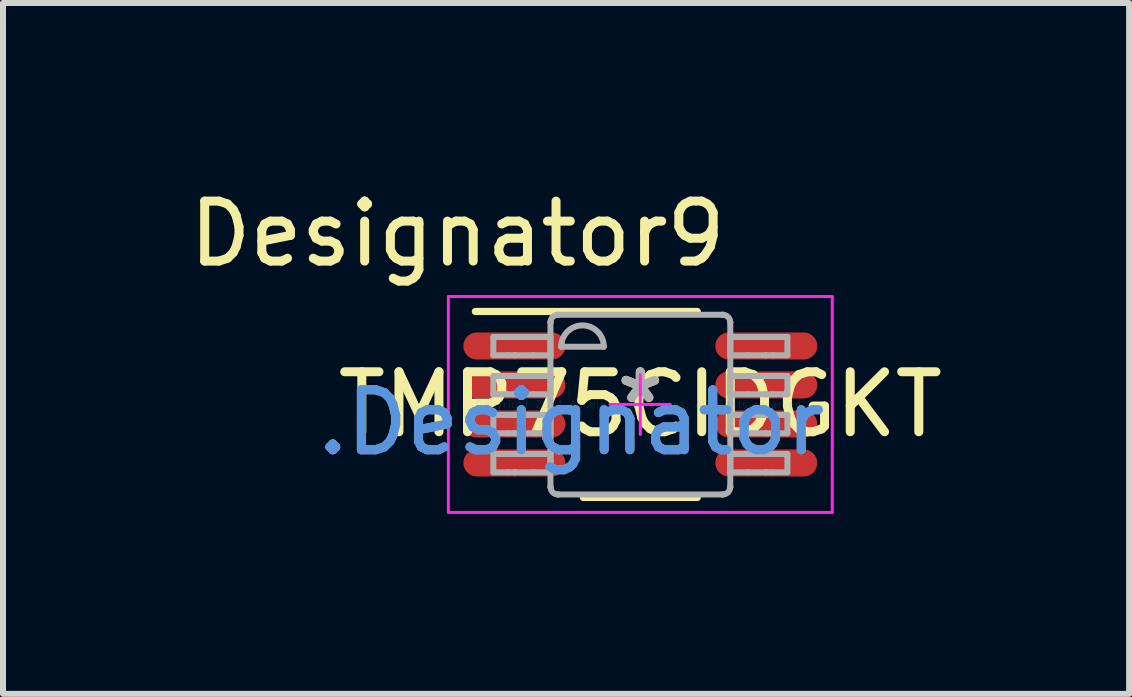
<source format=kicad_pcb>
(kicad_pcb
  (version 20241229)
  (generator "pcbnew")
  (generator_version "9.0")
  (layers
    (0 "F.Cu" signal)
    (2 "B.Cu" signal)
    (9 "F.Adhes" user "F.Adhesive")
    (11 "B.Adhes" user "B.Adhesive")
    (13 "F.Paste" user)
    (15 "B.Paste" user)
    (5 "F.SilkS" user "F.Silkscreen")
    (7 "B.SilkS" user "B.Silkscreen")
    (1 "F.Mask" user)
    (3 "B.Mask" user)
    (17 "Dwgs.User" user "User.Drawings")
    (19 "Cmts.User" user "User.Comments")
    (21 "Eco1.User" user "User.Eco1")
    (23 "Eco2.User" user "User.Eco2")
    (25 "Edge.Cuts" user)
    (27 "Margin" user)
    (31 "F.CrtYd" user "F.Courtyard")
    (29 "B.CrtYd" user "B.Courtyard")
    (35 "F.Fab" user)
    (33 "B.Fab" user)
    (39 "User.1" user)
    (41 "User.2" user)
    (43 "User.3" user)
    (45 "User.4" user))
  (footprint "TMP75CIDGKT"
    (layer "F.Cu")
    (at 7.625 3.693)
    (property "Reference" "TMP75CIDGKT" (at 0 0 0) (layer "F.SilkS") (effects (font (size 1 1) (thickness 0.15))))
    (attr through_hole)
    (fp_line (start -2.75 -1.55) (end 0.95 -1.55) (stroke (width 0.12) (type solid)) (layer "F.SilkS"))
    (fp_line (start -0.95 1.55) (end 0.95 1.55) (stroke (width 0.12) (type solid)) (layer "F.SilkS"))
    (fp_line (start -3.2 -1.8) (end 3.2 -1.8) (stroke (width 0.05) (type solid)) (layer "F.CrtYd"))
    (fp_line (start -3.2 1.8) (end -3.2 -1.8) (stroke (width 0.05) (type solid)) (layer "F.CrtYd"))
    (fp_line (start -3.2 1.8) (end 3.2 1.8) (stroke (width 0.05) (type solid)) (layer "F.CrtYd"))
    (fp_line (start -0.5 -0.000003) (end 0.5 -0.000003) (stroke (width 0.05) (type solid)) (layer "F.CrtYd"))
    (fp_line (start 0.000003 0.5) (end 0.000003 -0.5) (stroke (width 0.05) (type solid)) (layer "F.CrtYd"))
    (fp_line (start 3.2 1.8) (end 3.2 -1.8) (stroke (width 0.05) (type solid)) (layer "F.CrtYd"))
    (fp_line (start -2.45 -1.125) (end -2.21 -1.125) (stroke (width 0.1) (type solid)) (layer "F.Fab"))
    (fp_line (start -2.45 -0.82) (end -2.45 -1.125) (stroke (width 0.1) (type solid)) (layer "F.Fab"))
    (fp_line (start -2.45 -0.82) (end -2.21 -0.82) (stroke (width 0.1) (type solid)) (layer "F.Fab"))
    (fp_line (start -2.45 -0.475) (end -2.21 -0.475) (stroke (width 0.1) (type solid)) (layer "F.Fab"))
    (fp_line (start -2.45 -0.17) (end -2.45 -0.475) (stroke (width 0.1) (type solid)) (layer "F.Fab"))
    (fp_line (start -2.45 -0.17) (end -2.21 -0.17) (stroke (width 0.1) (type solid)) (layer "F.Fab"))
    (fp_line (start -2.45 0.175) (end -2.21 0.175) (stroke (width 0.1) (type solid)) (layer "F.Fab"))
    (fp_line (start -2.45 0.48) (end -2.45 0.175) (stroke (width 0.1) (type solid)) (layer "F.Fab"))
    (fp_line (start -2.45 0.48) (end -2.21 0.48) (stroke (width 0.1) (type solid)) (layer "F.Fab"))
    (fp_line (start -2.45 0.826) (end -2.21 0.826) (stroke (width 0.1) (type solid)) (layer "F.Fab"))
    (fp_line (start -2.45 1.131) (end -2.45 0.826) (stroke (width 0.1) (type solid)) (layer "F.Fab"))
    (fp_line (start -2.45 1.131) (end -2.21 1.131) (stroke (width 0.1) (type solid)) (layer "F.Fab"))
    (fp_line (start -2.21 -1.125) (end -2.091 -1.125) (stroke (width 0.1) (type solid)) (layer "F.Fab"))
    (fp_line (start -2.21 -0.82) (end -2.091 -0.82) (stroke (width 0.1) (type solid)) (layer "F.Fab"))
    (fp_line (start -2.21 -0.475) (end -2.091 -0.475) (stroke (width 0.1) (type solid)) (layer "F.Fab"))
    (fp_line (start -2.21 -0.17) (end -2.091 -0.17) (stroke (width 0.1) (type solid)) (layer "F.Fab"))
    (fp_line (start -2.21 0.175) (end -2.091 0.175) (stroke (width 0.1) (type solid)) (layer "F.Fab"))
    (fp_line (start -2.21 0.48) (end -2.091 0.48) (stroke (width 0.1) (type solid)) (layer "F.Fab"))
    (fp_line (start -2.21 0.826) (end -2.091 0.826) (stroke (width 0.1) (type solid)) (layer "F.Fab"))
    (fp_line (start -2.21 1.131) (end -2.091 1.131) (stroke (width 0.1) (type solid)) (layer "F.Fab"))
    (fp_line (start -2.091 -1.125) (end -2.087 -1.125) (stroke (width 0.1) (type solid)) (layer "F.Fab"))
    (fp_line (start -2.091 -0.82) (end -2.087 -0.82) (stroke (width 0.1) (type solid)) (layer "F.Fab"))
    (fp_line (start -2.091 -0.475) (end -2.087 -0.475) (stroke (width 0.1) (type solid)) (layer "F.Fab"))
    (fp_line (start -2.091 -0.17) (end -2.087 -0.17) (stroke (width 0.1) (type solid)) (layer "F.Fab"))
    (fp_line (start -2.091 0.175) (end -2.087 0.175) (stroke (width 0.1) (type solid)) (layer "F.Fab"))
    (fp_line (start -2.091 0.48) (end -2.087 0.48) (stroke (width 0.1) (type solid)) (layer "F.Fab"))
    (fp_line (start -2.091 0.826) (end -2.087 0.826) (stroke (width 0.1) (type solid)) (layer "F.Fab"))
    (fp_line (start -2.091 1.131) (end -2.087 1.131) (stroke (width 0.1) (type solid)) (layer "F.Fab"))
    (fp_line (start -2.087 -1.125) (end -1.784 -1.125) (stroke (width 0.1) (type solid)) (layer "F.Fab"))
    (fp_line (start -2.087 -0.82) (end -1.784 -0.82) (stroke (width 0.1) (type solid)) (layer "F.Fab"))
    (fp_line (start -2.087 -0.475) (end -1.784 -0.475) (stroke (width 0.1) (type solid)) (layer "F.Fab"))
    (fp_line (start -2.087 -0.17) (end -1.784 -0.17) (stroke (width 0.1) (type solid)) (layer "F.Fab"))
    (fp_line (start -2.087 0.175) (end -1.784 0.175) (stroke (width 0.1) (type solid)) (layer "F.Fab"))
    (fp_line (start -2.087 0.48) (end -1.784 0.48) (stroke (width 0.1) (type solid)) (layer "F.Fab"))
    (fp_line (start -2.087 0.826) (end -1.784 0.826) (stroke (width 0.1) (type solid)) (layer "F.Fab"))
    (fp_line (start -2.087 1.131) (end -1.784 1.131) (stroke (width 0.1) (type solid)) (layer "F.Fab"))
    (fp_line (start -1.784 -1.125) (end -1.498 -1.125) (stroke (width 0.1) (type solid)) (layer "F.Fab"))
    (fp_line (start -1.784 -0.82) (end -1.498 -0.82) (stroke (width 0.1) (type solid)) (layer "F.Fab"))
    (fp_line (start -1.784 -0.475) (end -1.498 -0.475) (stroke (width 0.1) (type solid)) (layer "F.Fab"))
    (fp_line (start -1.784 -0.17) (end -1.498 -0.17) (stroke (width 0.1) (type solid)) (layer "F.Fab"))
    (fp_line (start -1.784 0.175) (end -1.498 0.175) (stroke (width 0.1) (type solid)) (layer "F.Fab"))
    (fp_line (start -1.784 0.48) (end -1.498 0.48) (stroke (width 0.1) (type solid)) (layer "F.Fab"))
    (fp_line (start -1.784 0.826) (end -1.498 0.826) (stroke (width 0.1) (type solid)) (layer "F.Fab"))
    (fp_line (start -1.784 1.131) (end -1.498 1.131) (stroke (width 0.1) (type solid)) (layer "F.Fab"))
    (fp_line (start -1.498 -1.369) (end -1.497 -1.372) (stroke (width 0.1) (type solid)) (layer "F.Fab"))
    (fp_line (start -1.498 -0.82) (end -1.498 -1.125) (stroke (width 0.1) (type solid)) (layer "F.Fab"))
    (fp_line (start -1.498 -0.17) (end -1.498 -0.475) (stroke (width 0.1) (type solid)) (layer "F.Fab"))
    (fp_line (start -1.498 0.48) (end -1.498 0.175) (stroke (width 0.1) (type solid)) (layer "F.Fab"))
    (fp_line (start -1.498 1.131) (end -1.498 0.826) (stroke (width 0.1) (type solid)) (layer "F.Fab"))
    (fp_line (start -1.498 1.374) (end -1.498 -1.369) (stroke (width 0.1) (type solid)) (layer "F.Fab"))
    (fp_line (start -1.498 1.374) (end -1.497 1.377) (stroke (width 0.1) (type solid)) (layer "F.Fab"))
    (fp_line (start -1.373 -1.496) (end -1.371 -1.496) (stroke (width 0.1) (type solid)) (layer "F.Fab"))
    (fp_line (start -1.373 1.501) (end -1.371 1.501) (stroke (width 0.1) (type solid)) (layer "F.Fab"))
    (fp_line (start -1.371 -1.496) (end 1.373 -1.496) (stroke (width 0.1) (type solid)) (layer "F.Fab"))
    (fp_line (start -1.371 1.501) (end 1.373 1.501) (stroke (width 0.1) (type solid)) (layer "F.Fab"))
    (fp_line (start -1.32 -0.962) (end -0.609 -0.962) (stroke (width 0.1) (type solid)) (layer "F.Fab"))
    (fp_line (start 1.373 -1.496) (end 1.375 -1.496) (stroke (width 0.1) (type solid)) (layer "F.Fab"))
    (fp_line (start 1.373 1.501) (end 1.375 1.501) (stroke (width 0.1) (type solid)) (layer "F.Fab"))
    (fp_line (start 1.5 -1.372) (end 1.5 -1.369) (stroke (width 0.1) (type solid)) (layer "F.Fab"))
    (fp_line (start 1.5 1.377) (end 1.5 1.374) (stroke (width 0.1) (type solid)) (layer "F.Fab"))
    (fp_line (start 1.5 -1.125) (end 1.786 -1.125) (stroke (width 0.1) (type solid)) (layer "F.Fab"))
    (fp_line (start 1.5 -0.82) (end 1.5 -1.125) (stroke (width 0.1) (type solid)) (layer "F.Fab"))
    (fp_line (start 1.5 -0.82) (end 1.786 -0.82) (stroke (width 0.1) (type solid)) (layer "F.Fab"))
    (fp_line (start 1.5 -0.475) (end 1.786 -0.475) (stroke (width 0.1) (type solid)) (layer "F.Fab"))
    (fp_line (start 1.5 -0.17) (end 1.5 -0.475) (stroke (width 0.1) (type solid)) (layer "F.Fab"))
    (fp_line (start 1.5 -0.17) (end 1.786 -0.17) (stroke (width 0.1) (type solid)) (layer "F.Fab"))
    (fp_line (start 1.5 0.175) (end 1.786 0.175) (stroke (width 0.1) (type solid)) (layer "F.Fab"))
    (fp_line (start 1.5 0.48) (end 1.5 0.175) (stroke (width 0.1) (type solid)) (layer "F.Fab"))
    (fp_line (start 1.5 0.48) (end 1.786 0.48) (stroke (width 0.1) (type solid)) (layer "F.Fab"))
    (fp_line (start 1.5 0.826) (end 1.786 0.826) (stroke (width 0.1) (type solid)) (layer "F.Fab"))
    (fp_line (start 1.5 1.131) (end 1.5 0.826) (stroke (width 0.1) (type solid)) (layer "F.Fab"))
    (fp_line (start 1.5 1.131) (end 1.786 1.131) (stroke (width 0.1) (type solid)) (layer "F.Fab"))
    (fp_line (start 1.5 1.374) (end 1.5 -1.369) (stroke (width 0.1) (type solid)) (layer "F.Fab"))
    (fp_line (start 1.786 -1.125) (end 2.089 -1.125) (stroke (width 0.1) (type solid)) (layer "F.Fab"))
    (fp_line (start 1.786 -0.82) (end 2.089 -0.82) (stroke (width 0.1) (type solid)) (layer "F.Fab"))
    (fp_line (start 1.786 -0.475) (end 2.089 -0.475) (stroke (width 0.1) (type solid)) (layer "F.Fab"))
    (fp_line (start 1.786 -0.17) (end 2.089 -0.17) (stroke (width 0.1) (type solid)) (layer "F.Fab"))
    (fp_line (start 1.786 0.175) (end 2.089 0.175) (stroke (width 0.1) (type solid)) (layer "F.Fab"))
    (fp_line (start 1.786 0.48) (end 2.089 0.48) (stroke (width 0.1) (type solid)) (layer "F.Fab"))
    (fp_line (start 1.786 0.826) (end 2.089 0.826) (stroke (width 0.1) (type solid)) (layer "F.Fab"))
    (fp_line (start 1.786 1.131) (end 2.089 1.131) (stroke (width 0.1) (type solid)) (layer "F.Fab"))
    (fp_line (start 2.089 -1.125) (end 2.093 -1.125) (stroke (width 0.1) (type solid)) (layer "F.Fab"))
    (fp_line (start 2.089 -0.82) (end 2.093 -0.82) (stroke (width 0.1) (type solid)) (layer "F.Fab"))
    (fp_line (start 2.089 -0.475) (end 2.093 -0.475) (stroke (width 0.1) (type solid)) (layer "F.Fab"))
    (fp_line (start 2.089 -0.17) (end 2.093 -0.17) (stroke (width 0.1) (type solid)) (layer "F.Fab"))
    (fp_line (start 2.089 0.175) (end 2.093 0.175) (stroke (width 0.1) (type solid)) (layer "F.Fab"))
    (fp_line (start 2.089 0.48) (end 2.093 0.48) (stroke (width 0.1) (type solid)) (layer "F.Fab"))
    (fp_line (start 2.089 0.826) (end 2.093 0.826) (stroke (width 0.1) (type solid)) (layer "F.Fab"))
    (fp_line (start 2.089 1.131) (end 2.093 1.131) (stroke (width 0.1) (type solid)) (layer "F.Fab"))
    (fp_line (start 2.093 -1.125) (end 2.213 -1.125) (stroke (width 0.1) (type solid)) (layer "F.Fab"))
    (fp_line (start 2.093 -0.82) (end 2.213 -0.82) (stroke (width 0.1) (type solid)) (layer "F.Fab"))
    (fp_line (start 2.093 -0.475) (end 2.213 -0.475) (stroke (width 0.1) (type solid)) (layer "F.Fab"))
    (fp_line (start 2.093 -0.17) (end 2.213 -0.17) (stroke (width 0.1) (type solid)) (layer "F.Fab"))
    (fp_line (start 2.093 0.175) (end 2.213 0.175) (stroke (width 0.1) (type solid)) (layer "F.Fab"))
    (fp_line (start 2.093 0.48) (end 2.213 0.48) (stroke (width 0.1) (type solid)) (layer "F.Fab"))
    (fp_line (start 2.093 0.826) (end 2.213 0.826) (stroke (width 0.1) (type solid)) (layer "F.Fab"))
    (fp_line (start 2.093 1.131) (end 2.213 1.131) (stroke (width 0.1) (type solid)) (layer "F.Fab"))
    (fp_line (start 2.213 -1.125) (end 2.452 -1.125) (stroke (width 0.1) (type solid)) (layer "F.Fab"))
    (fp_line (start 2.213 -0.82) (end 2.452 -0.82) (stroke (width 0.1) (type solid)) (layer "F.Fab"))
    (fp_line (start 2.213 -0.475) (end 2.452 -0.475) (stroke (width 0.1) (type solid)) (layer "F.Fab"))
    (fp_line (start 2.213 -0.17) (end 2.452 -0.17) (stroke (width 0.1) (type solid)) (layer "F.Fab"))
    (fp_line (start 2.213 0.175) (end 2.452 0.175) (stroke (width 0.1) (type solid)) (layer "F.Fab"))
    (fp_line (start 2.213 0.48) (end 2.452 0.48) (stroke (width 0.1) (type solid)) (layer "F.Fab"))
    (fp_line (start 2.213 0.826) (end 2.452 0.826) (stroke (width 0.1) (type solid)) (layer "F.Fab"))
    (fp_line (start 2.213 1.131) (end 2.452 1.131) (stroke (width 0.1) (type solid)) (layer "F.Fab"))
    (fp_line (start 2.452 -0.82) (end 2.452 -1.125) (stroke (width 0.1) (type solid)) (layer "F.Fab"))
    (fp_line (start 2.452 -0.17) (end 2.452 -0.475) (stroke (width 0.1) (type solid)) (layer "F.Fab"))
    (fp_line (start 2.452 0.48) (end 2.452 0.175) (stroke (width 0.1) (type solid)) (layer "F.Fab"))
    (fp_line (start 2.452 1.131) (end 2.452 0.826) (stroke (width 0.1) (type solid)) (layer "F.Fab"))
    (fp_arc (start -1.497476 -1.371582) (mid -1.460306 -1.458644) (end -1.373243 -1.495814) (stroke (width 0.1) (type solid)) (layer "F.Fab"))
    (fp_arc (start -1.373243 1.501336) (mid -1.460306 1.464166) (end -1.497476 1.377104) (stroke (width 0.1) (type solid)) (layer "F.Fab"))
    (fp_arc (start -1.3197 -0.962439) (mid -0.9641 -1.318039) (end -0.6085 -0.962439) (stroke (width 0.1) (type solid)) (layer "F.Fab"))
    (fp_arc (start 1.375442 -1.495814) (mid 1.462505 -1.458644) (end 1.499675 -1.371582) (stroke (width 0.1) (type solid)) (layer "F.Fab"))
    (fp_arc (start 1.499675 1.377103) (mid 1.462505 1.464166) (end 1.375443 1.501336) (stroke (width 0.1) (type solid)) (layer "F.Fab"))
    (fp_text user "Designator9" (at -3.048 -2.845 0) (layer "F.SilkS") (effects (font (size 1 1) (thickness 0.15))))
    (fp_text user "*" (at 0 0 0) (layer "F.SilkS") (effects (font (size 1 1) (thickness 0.15))))
    (fp_text user "Copyright 2021 Accelerated Designs. All rights reserved." (at 0 0 0) (layer "Cmts.User") (effects (font (size 0.127 0.127) (thickness 0.002))))
    (fp_text user ".Designator" (at -1.15 0.3 0) (layer "Cmts.User") (effects (font (size 1 1) (thickness 0.15))))
    (fp_text user ".Designator" (at -1.15 0.3 0) (layer "F.Fab") (effects (font (size 1 1) (thickness 0.15))))
    (fp_text user "*" (at 0 0 0) (layer "F.Fab") (effects (font (size 1 1) (thickness 0.15))))
    (pad "1" smd oval (at -2.1 -0.975 90) (size 0.45 1.7) (layers "F.Cu" "F.Mask" "F.Paste"))
    (pad "2" smd oval (at -2.1 -0.325 90) (size 0.45 1.7) (layers "F.Cu" "F.Mask" "F.Paste"))
    (pad "3" smd oval (at -2.1 0.325 90) (size 0.45 1.7) (layers "F.Cu" "F.Mask" "F.Paste"))
    (pad "4" smd oval (at -2.1 0.975 90) (size 0.45 1.7) (layers "F.Cu" "F.Mask" "F.Paste"))
    (pad "5" smd oval (at 2.1 0.975 90) (size 0.45 1.7) (layers "F.Cu" "F.Mask" "F.Paste"))
    (pad "6" smd oval (at 2.1 0.325 90) (size 0.45 1.7) (layers "F.Cu" "F.Mask" "F.Paste"))
    (pad "7" smd oval (at 2.1 -0.325 90) (size 0.45 1.7) (layers "F.Cu" "F.Mask" "F.Paste"))
    (pad "8" smd oval (at 2.1 -0.975 90) (size 0.45 1.7) (layers "F.Cu" "F.Mask" "F.Paste")))
  (gr_rect
    (start -3 -3)
    (end 15.774 8.518)
    (stroke (width 0.1) (type default))
    (fill no)
    (layer "Edge.Cuts")))
</source>
